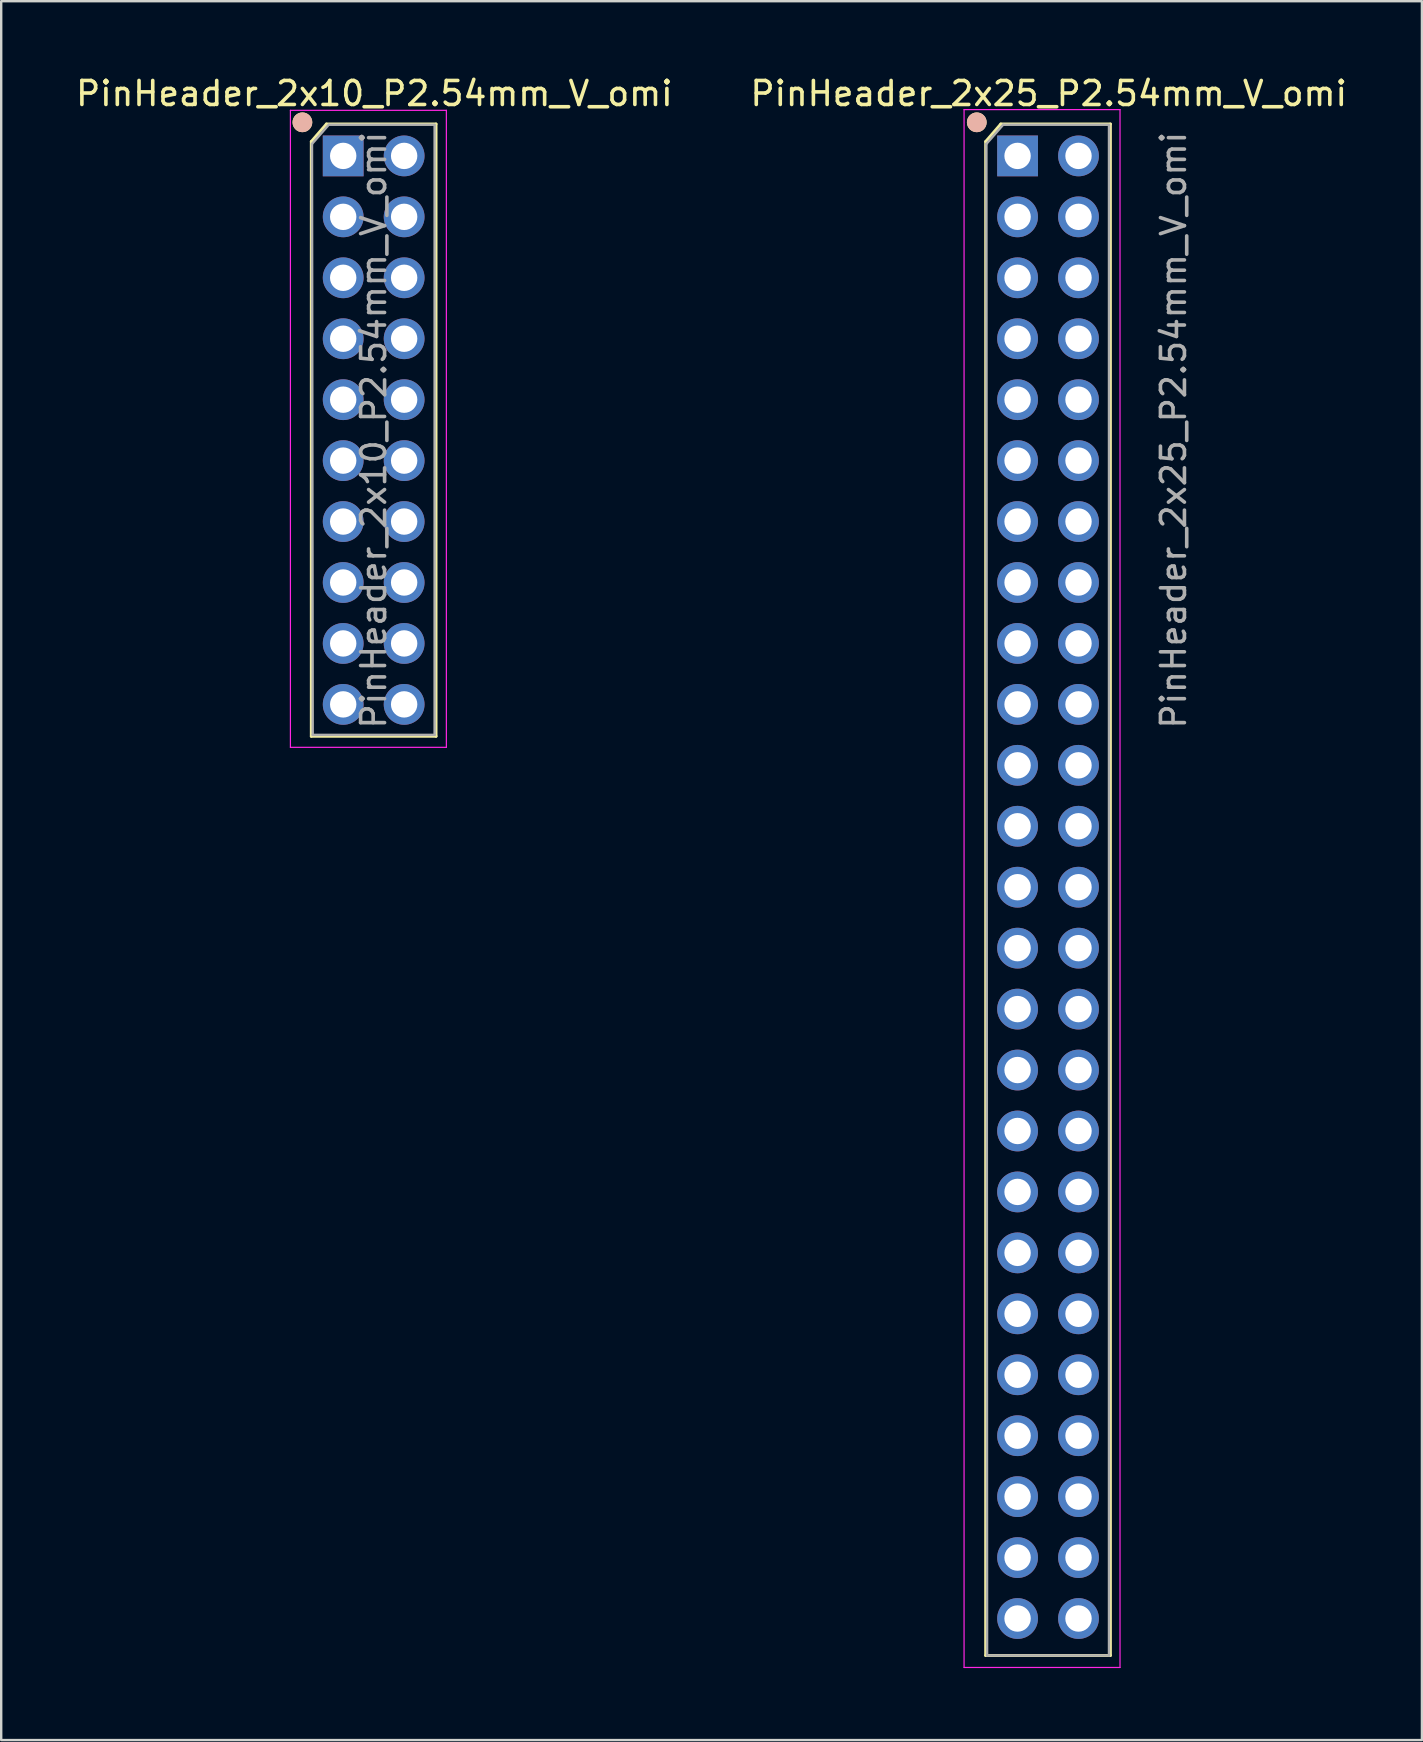
<source format=kicad_pcb>
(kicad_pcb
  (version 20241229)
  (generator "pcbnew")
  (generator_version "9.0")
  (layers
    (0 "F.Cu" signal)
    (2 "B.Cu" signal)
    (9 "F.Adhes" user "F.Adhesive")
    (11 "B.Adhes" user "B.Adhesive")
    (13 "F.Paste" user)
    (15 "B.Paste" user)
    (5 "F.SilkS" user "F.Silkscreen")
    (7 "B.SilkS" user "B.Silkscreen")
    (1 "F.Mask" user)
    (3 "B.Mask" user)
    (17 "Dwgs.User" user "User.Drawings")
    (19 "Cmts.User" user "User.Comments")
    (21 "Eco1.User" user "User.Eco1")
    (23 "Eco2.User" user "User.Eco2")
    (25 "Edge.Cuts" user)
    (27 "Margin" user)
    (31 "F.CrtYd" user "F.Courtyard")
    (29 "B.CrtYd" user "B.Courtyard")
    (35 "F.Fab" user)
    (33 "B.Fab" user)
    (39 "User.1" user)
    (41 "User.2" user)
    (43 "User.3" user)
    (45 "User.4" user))
  (footprint "PinHeader_2x10_P2.54mm_V_omi"
    (layer "F.Cu")
    (at 11.254 3.448)
    (property "Reference" "PinHeader_2x10_P2.54mm_V_omi" (at 1.3 -2.6 0) (layer "F.SilkS") (effects (font (size 1 1) (thickness 0.15))))
    (attr through_hole)
    (fp_line (start -1.33 -0.6) (end -1.33 24.19) (stroke (width 0.12) (type solid)) (layer "F.SilkS"))
    (fp_line (start -1.33 -0.6) (end -0.7 -1.33) (stroke (width 0.12) (type solid)) (layer "F.SilkS"))
    (fp_line (start -1.33 24.19) (end 3.87 24.19) (stroke (width 0.12) (type solid)) (layer "F.SilkS"))
    (fp_line (start -0.7 -1.33) (end 3.87 -1.33) (stroke (width 0.12) (type solid)) (layer "F.SilkS"))
    (fp_line (start 3.87 -1.33) (end 3.87 24.19) (stroke (width 0.12) (type solid)) (layer "F.SilkS"))
    (fp_circle (center -1.7 -1.4) (end -1.339 -1.4) (stroke (width 0.1) (type solid)) (fill yes) (layer "F.SilkS"))
    (fp_circle (center -1.7 -1.4) (end -1.339 -1.4) (stroke (width 0.1) (type solid)) (fill yes) (layer "B.SilkS"))
    (fp_line (start -2.2 -1.9) (end -2.2 24.65) (stroke (width 0.05) (type solid)) (layer "F.CrtYd"))
    (fp_line (start -2.2 24.65) (end 4.3 24.65) (stroke (width 0.05) (type solid)) (layer "F.CrtYd"))
    (fp_line (start 4.3 -1.9) (end -2.2 -1.9) (stroke (width 0.05) (type solid)) (layer "F.CrtYd"))
    (fp_line (start 4.3 24.65) (end 4.3 -1.9) (stroke (width 0.05) (type solid)) (layer "F.CrtYd"))
    (fp_line (start -1.3 -0.5) (end -0.6 -1.3) (stroke (width 0.1) (type solid)) (layer "F.Fab"))
    (fp_line (start -1.27 24.13) (end -1.3 -0.5) (stroke (width 0.1) (type solid)) (layer "F.Fab"))
    (fp_line (start -0.6 -1.3) (end 3.81 -1.3) (stroke (width 0.1) (type solid)) (layer "F.Fab"))
    (fp_line (start 3.81 -1.27) (end 3.81 24.13) (stroke (width 0.1) (type solid)) (layer "F.Fab"))
    (fp_line (start 3.81 24.13) (end -1.27 24.13) (stroke (width 0.1) (type solid)) (layer "F.Fab"))
    (fp_text user "${REFERENCE}" (at 1.27 11.43 90) (layer "F.Fab") (effects (font (size 1 1) (thickness 0.15))))
    (pad "1" thru_hole rect (at 0 0) (size 1.7 1.7) (drill 1.1) (layers "*.Cu" "*.Mask"))
    (pad "2" thru_hole oval (at 2.54 0) (size 1.7 1.7) (drill 1.1) (layers "*.Cu" "*.Mask"))
    (pad "3" thru_hole oval (at 0 2.54) (size 1.7 1.7) (drill 1.1) (layers "*.Cu" "*.Mask"))
    (pad "4" thru_hole oval (at 2.54 2.54) (size 1.7 1.7) (drill 1.1) (layers "*.Cu" "*.Mask"))
    (pad "5" thru_hole oval (at 0 5.08) (size 1.7 1.7) (drill 1.1) (layers "*.Cu" "*.Mask"))
    (pad "6" thru_hole oval (at 2.54 5.08) (size 1.7 1.7) (drill 1.1) (layers "*.Cu" "*.Mask"))
    (pad "7" thru_hole oval (at 0 7.62) (size 1.7 1.7) (drill 1.1) (layers "*.Cu" "*.Mask"))
    (pad "8" thru_hole oval (at 2.54 7.62) (size 1.7 1.7) (drill 1.1) (layers "*.Cu" "*.Mask"))
    (pad "9" thru_hole oval (at 0 10.16) (size 1.7 1.7) (drill 1.1) (layers "*.Cu" "*.Mask"))
    (pad "10" thru_hole oval (at 2.54 10.16) (size 1.7 1.7) (drill 1.1) (layers "*.Cu" "*.Mask"))
    (pad "11" thru_hole oval (at 0 12.7) (size 1.7 1.7) (drill 1.1) (layers "*.Cu" "*.Mask"))
    (pad "12" thru_hole oval (at 2.54 12.7) (size 1.7 1.7) (drill 1.1) (layers "*.Cu" "*.Mask"))
    (pad "13" thru_hole oval (at 0 15.24) (size 1.7 1.7) (drill 1.1) (layers "*.Cu" "*.Mask"))
    (pad "14" thru_hole oval (at 2.54 15.24) (size 1.7 1.7) (drill 1.1) (layers "*.Cu" "*.Mask"))
    (pad "15" thru_hole oval (at 0 17.78) (size 1.7 1.7) (drill 1.1) (layers "*.Cu" "*.Mask"))
    (pad "16" thru_hole oval (at 2.54 17.78) (size 1.7 1.7) (drill 1.1) (layers "*.Cu" "*.Mask"))
    (pad "17" thru_hole oval (at 0 20.32) (size 1.7 1.7) (drill 1.1) (layers "*.Cu" "*.Mask"))
    (pad "18" thru_hole oval (at 2.54 20.32) (size 1.7 1.7) (drill 1.1) (layers "*.Cu" "*.Mask"))
    (pad "19" thru_hole oval (at 0 22.86) (size 1.7 1.7) (drill 1.1) (layers "*.Cu" "*.Mask"))
    (pad "20" thru_hole oval (at 2.54 22.86) (size 1.7 1.7) (drill 1.1) (layers "*.Cu" "*.Mask")))
  (footprint "PinHeader_2x25_P2.54mm_V_omi"
    (layer "F.Cu")
    (at 39.361 3.448)
    (property "Reference" "PinHeader_2x25_P2.54mm_V_omi" (at 1.3 -2.6 0) (layer "F.SilkS") (effects (font (size 1 1) (thickness 0.15))))
    (attr through_hole)
    (fp_line (start -1.33 -0.6) (end -1.33 62.5) (stroke (width 0.12) (type solid)) (layer "F.SilkS"))
    (fp_line (start -1.33 -0.6) (end -0.7 -1.33) (stroke (width 0.12) (type solid)) (layer "F.SilkS"))
    (fp_line (start -1.33 62.5) (end 3.87 62.5) (stroke (width 0.12) (type solid)) (layer "F.SilkS"))
    (fp_line (start -0.7 -1.33) (end 3.87 -1.33) (stroke (width 0.12) (type solid)) (layer "F.SilkS"))
    (fp_line (start 3.87 -1.33) (end 3.87 62.5) (stroke (width 0.12) (type solid)) (layer "F.SilkS"))
    (fp_circle (center -1.7 -1.4) (end -1.339 -1.4) (stroke (width 0.1) (type solid)) (fill yes) (layer "F.SilkS"))
    (fp_circle (center -1.7 -1.4) (end -1.339 -1.4) (stroke (width 0.1) (type solid)) (fill yes) (layer "B.SilkS"))
    (fp_line (start -2.23 -1.93) (end -2.23 63) (stroke (width 0.05) (type solid)) (layer "F.CrtYd"))
    (fp_line (start -2.23 63) (end 4.27 63) (stroke (width 0.05) (type solid)) (layer "F.CrtYd"))
    (fp_line (start 4.27 -1.93) (end -2.23 -1.93) (stroke (width 0.05) (type solid)) (layer "F.CrtYd"))
    (fp_line (start 4.27 63) (end 4.27 -1.93) (stroke (width 0.05) (type solid)) (layer "F.CrtYd"))
    (fp_line (start -1.3 -0.5) (end -0.6 -1.3) (stroke (width 0.1) (type solid)) (layer "F.Fab"))
    (fp_line (start -1.27 62.5) (end -1.3 -0.5) (stroke (width 0.1) (type solid)) (layer "F.Fab"))
    (fp_line (start -0.6 -1.3) (end 3.81 -1.3) (stroke (width 0.1) (type solid)) (layer "F.Fab"))
    (fp_line (start 3.81 -1.27) (end 3.81 62.5) (stroke (width 0.1) (type solid)) (layer "F.Fab"))
    (fp_line (start 3.81 62.5) (end -1.27 62.5) (stroke (width 0.1) (type solid)) (layer "F.Fab"))
    (fp_text user "${REFERENCE}" (at 6.5 11.43 90) (layer "F.Fab") (effects (font (size 1 1) (thickness 0.15))))
    (pad "1" thru_hole rect (at 0 0) (size 1.7 1.7) (drill 1.1) (layers "*.Cu" "*.Mask"))
    (pad "2" thru_hole oval (at 2.54 0) (size 1.7 1.7) (drill 1.1) (layers "*.Cu" "*.Mask"))
    (pad "3" thru_hole oval (at 0 2.54) (size 1.7 1.7) (drill 1.1) (layers "*.Cu" "*.Mask"))
    (pad "4" thru_hole oval (at 2.54 2.54) (size 1.7 1.7) (drill 1.1) (layers "*.Cu" "*.Mask"))
    (pad "5" thru_hole oval (at 0 5.08) (size 1.7 1.7) (drill 1.1) (layers "*.Cu" "*.Mask"))
    (pad "6" thru_hole oval (at 2.54 5.08) (size 1.7 1.7) (drill 1.1) (layers "*.Cu" "*.Mask"))
    (pad "7" thru_hole oval (at 0 7.62) (size 1.7 1.7) (drill 1.1) (layers "*.Cu" "*.Mask"))
    (pad "8" thru_hole oval (at 2.54 7.62) (size 1.7 1.7) (drill 1.1) (layers "*.Cu" "*.Mask"))
    (pad "9" thru_hole oval (at 0 10.16) (size 1.7 1.7) (drill 1.1) (layers "*.Cu" "*.Mask"))
    (pad "10" thru_hole oval (at 2.54 10.16) (size 1.7 1.7) (drill 1.1) (layers "*.Cu" "*.Mask"))
    (pad "11" thru_hole oval (at 0 12.7) (size 1.7 1.7) (drill 1.1) (layers "*.Cu" "*.Mask"))
    (pad "12" thru_hole oval (at 2.54 12.7) (size 1.7 1.7) (drill 1.1) (layers "*.Cu" "*.Mask"))
    (pad "13" thru_hole oval (at 0 15.24) (size 1.7 1.7) (drill 1.1) (layers "*.Cu" "*.Mask"))
    (pad "14" thru_hole oval (at 2.54 15.24) (size 1.7 1.7) (drill 1.1) (layers "*.Cu" "*.Mask"))
    (pad "15" thru_hole oval (at 0 17.78) (size 1.7 1.7) (drill 1.1) (layers "*.Cu" "*.Mask"))
    (pad "16" thru_hole oval (at 2.54 17.78) (size 1.7 1.7) (drill 1.1) (layers "*.Cu" "*.Mask"))
    (pad "17" thru_hole oval (at 0 20.32) (size 1.7 1.7) (drill 1.1) (layers "*.Cu" "*.Mask"))
    (pad "18" thru_hole oval (at 2.54 20.32) (size 1.7 1.7) (drill 1.1) (layers "*.Cu" "*.Mask"))
    (pad "19" thru_hole oval (at 0 22.86) (size 1.7 1.7) (drill 1.1) (layers "*.Cu" "*.Mask"))
    (pad "20" thru_hole oval (at 2.54 22.86) (size 1.7 1.7) (drill 1.1) (layers "*.Cu" "*.Mask"))
    (pad "21" thru_hole oval (at 0 25.4) (size 1.7 1.7) (drill 1.1) (layers "*.Cu" "*.Mask"))
    (pad "22" thru_hole oval (at 2.54 25.4) (size 1.7 1.7) (drill 1.1) (layers "*.Cu" "*.Mask"))
    (pad "23" thru_hole oval (at 0 27.94) (size 1.7 1.7) (drill 1.1) (layers "*.Cu" "*.Mask"))
    (pad "24" thru_hole oval (at 2.54 27.94) (size 1.7 1.7) (drill 1.1) (layers "*.Cu" "*.Mask"))
    (pad "25" thru_hole oval (at 0 30.48) (size 1.7 1.7) (drill 1.1) (layers "*.Cu" "*.Mask"))
    (pad "26" thru_hole oval (at 2.54 30.48) (size 1.7 1.7) (drill 1.1) (layers "*.Cu" "*.Mask"))
    (pad "27" thru_hole oval (at 0 33.02) (size 1.7 1.7) (drill 1.1) (layers "*.Cu" "*.Mask"))
    (pad "28" thru_hole oval (at 2.54 33.02) (size 1.7 1.7) (drill 1.1) (layers "*.Cu" "*.Mask"))
    (pad "29" thru_hole oval (at 0 35.56) (size 1.7 1.7) (drill 1.1) (layers "*.Cu" "*.Mask"))
    (pad "30" thru_hole oval (at 2.54 35.56) (size 1.7 1.7) (drill 1.1) (layers "*.Cu" "*.Mask"))
    (pad "31" thru_hole oval (at 0 38.1) (size 1.7 1.7) (drill 1.1) (layers "*.Cu" "*.Mask"))
    (pad "32" thru_hole oval (at 2.54 38.1) (size 1.7 1.7) (drill 1.1) (layers "*.Cu" "*.Mask"))
    (pad "33" thru_hole oval (at 0 40.64) (size 1.7 1.7) (drill 1.1) (layers "*.Cu" "*.Mask"))
    (pad "34" thru_hole oval (at 2.54 40.64) (size 1.7 1.7) (drill 1.1) (layers "*.Cu" "*.Mask"))
    (pad "35" thru_hole oval (at 0 43.18) (size 1.7 1.7) (drill 1.1) (layers "*.Cu" "*.Mask"))
    (pad "36" thru_hole oval (at 2.54 43.18) (size 1.7 1.7) (drill 1.1) (layers "*.Cu" "*.Mask"))
    (pad "37" thru_hole oval (at 0 45.72) (size 1.7 1.7) (drill 1.1) (layers "*.Cu" "*.Mask"))
    (pad "38" thru_hole oval (at 2.54 45.72) (size 1.7 1.7) (drill 1.1) (layers "*.Cu" "*.Mask"))
    (pad "39" thru_hole oval (at 0 48.26) (size 1.7 1.7) (drill 1.1) (layers "*.Cu" "*.Mask"))
    (pad "40" thru_hole oval (at 2.54 48.26) (size 1.7 1.7) (drill 1.1) (layers "*.Cu" "*.Mask"))
    (pad "41" thru_hole oval (at 0 50.8) (size 1.7 1.7) (drill 1.1) (layers "*.Cu" "*.Mask"))
    (pad "42" thru_hole oval (at 2.54 50.8) (size 1.7 1.7) (drill 1.1) (layers "*.Cu" "*.Mask"))
    (pad "43" thru_hole oval (at 0 53.34) (size 1.7 1.7) (drill 1.1) (layers "*.Cu" "*.Mask"))
    (pad "44" thru_hole oval (at 2.54 53.34) (size 1.7 1.7) (drill 1.1) (layers "*.Cu" "*.Mask"))
    (pad "45" thru_hole oval (at 0 55.88) (size 1.7 1.7) (drill 1.1) (layers "*.Cu" "*.Mask"))
    (pad "46" thru_hole oval (at 2.54 55.88) (size 1.7 1.7) (drill 1.1) (layers "*.Cu" "*.Mask"))
    (pad "47" thru_hole oval (at 0 58.42) (size 1.7 1.7) (drill 1.1) (layers "*.Cu" "*.Mask"))
    (pad "48" thru_hole oval (at 2.54 58.42) (size 1.7 1.7) (drill 1.1) (layers "*.Cu" "*.Mask"))
    (pad "49" thru_hole oval (at 0 60.96) (size 1.7 1.7) (drill 1.1) (layers "*.Cu" "*.Mask"))
    (pad "50" thru_hole oval (at 2.54 60.96) (size 1.7 1.7) (drill 1.1) (layers "*.Cu" "*.Mask")))
  (gr_rect
    (start -3 -3)
    (end 56.214 69.473)
    (stroke (width 0.1) (type default))
    (fill no)
    (layer "Edge.Cuts")))
</source>
